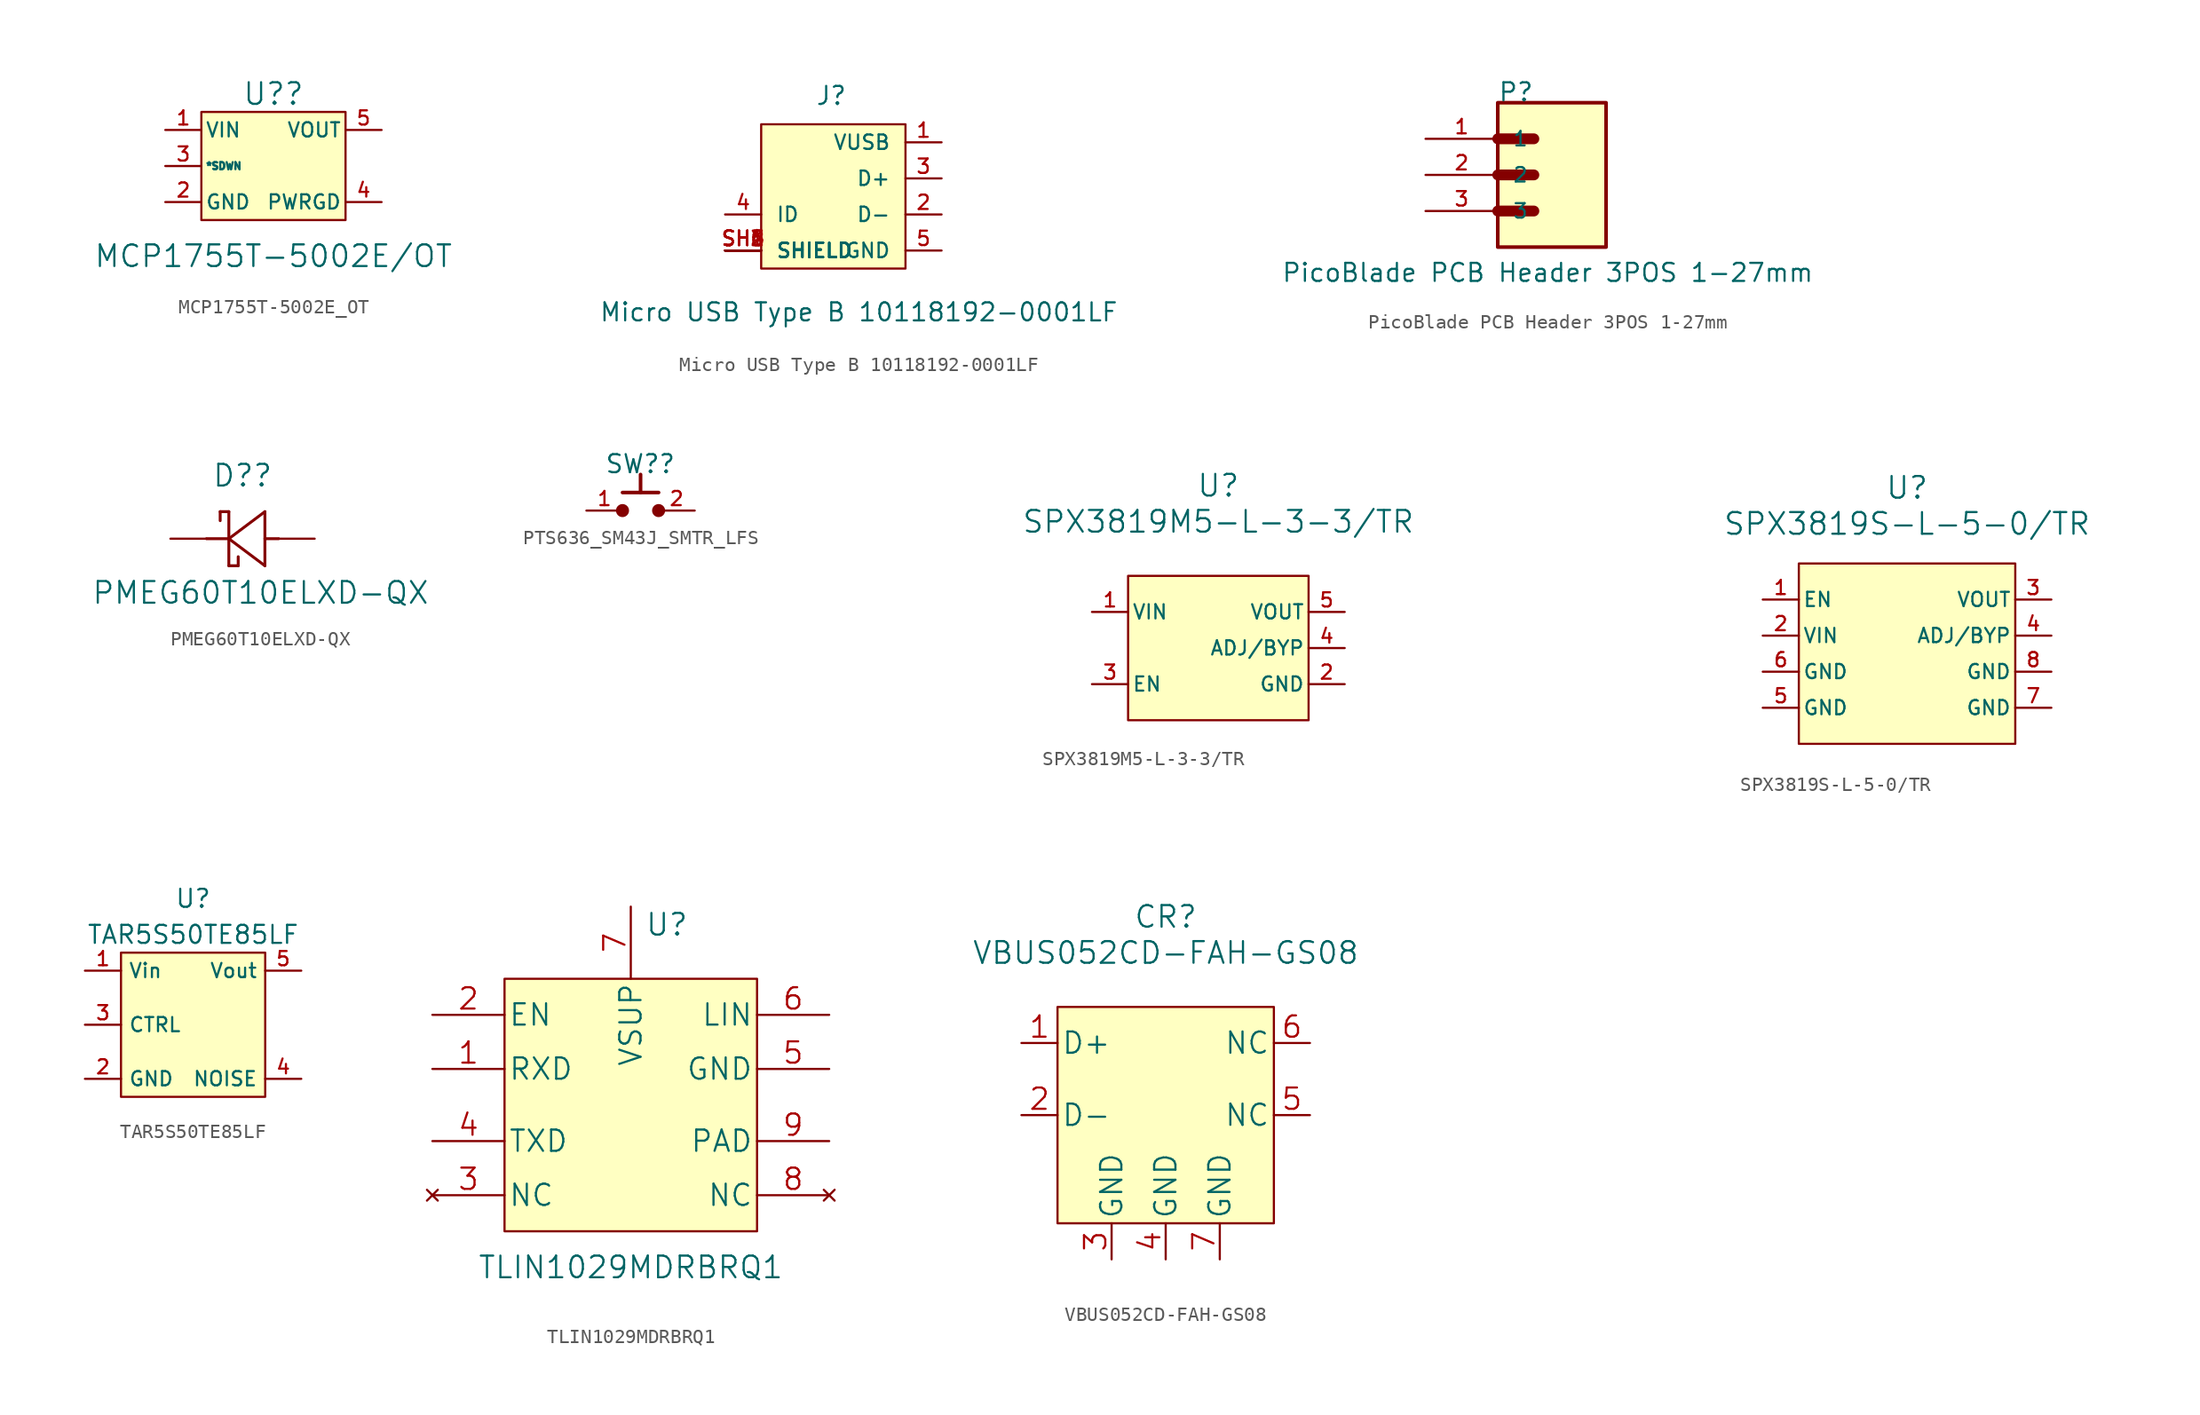
<source format=kicad_sym>
(kicad_symbol_lib
  (version 20220914)
  (generator kicad_symbol_editor)
  (symbol "MCP1755T-5002E_OT"
    (pin_names
      (offset 0.254))
    (property "Reference" "U?"
      (at 0 5.08 0)
      (effects (font (size 1.524 1.524))))
    (property "Value" "MCP1755T-5002E/OT"
      (at 0 -6.35 0)
      (effects (font (size 1.524 1.524))))
    (symbol "MCP1755T-5002E_OT_1_1"
      (rectangle (start -5.08 3.81) (end 5.08 -3.81) (stroke (width 0) (type default)) (fill (type background)))
      (pin input line (at -7.62 2.54 0) (length 2.54) (name "VIN" (effects (font (size 1 1)))) (number "1" (effects (font (size 1 1)))))
      (pin power_in line (at -7.62 -2.54 0) (length 2.54) (name "GND" (effects (font (size 1 1)))) (number "2" (effects (font (size 1 1)))))
      (pin input line (at -7.62 0 0) (length 2.54) (name "*SDWN" (effects (font (size 0.5 0.5)))) (number "3" (effects (font (size 1 1)))))
      (pin output line (at 7.62 -2.54 180) (length 2.54) (name "PWRGD" (effects (font (size 1 1)))) (number "4" (effects (font (size 1 1)))))
      (pin output line (at 7.62 2.54 180) (length 2.54) (name "VOUT" (effects (font (size 1 1)))) (number "5" (effects (font (size 1 1)))))))
  (symbol "Micro USB Type B 10118192-0001LF"
    (pin_names
      (offset 1.016))
    (property "Reference" "J"
      (at -1.27 6.35 0)
      (effects (font (size 1.27 1.27)) (justify left bottom)))
    (property "Value" "Micro USB Type B 10118192-0001LF"
      (at -16.51 -8.89 0)
      (effects (font (size 1.27 1.27)) (justify left bottom)))
    (symbol "Micro USB Type B 10118192-0001LF_0_0"
      (rectangle (start -5.08 5.08) (end 5.08 -5.08) (stroke (width 0.152) (type default)) (fill (type background)))
      (pin passive line (at 7.62 3.81 180) (length 2.54) (name "VUSB" (effects (font (size 1.016 1.016)))) (number "1" (effects (font (size 1.016 1.016)))))
      (pin passive line (at 7.62 -1.27 180) (length 2.54) (name "D-" (effects (font (size 1.016 1.016)))) (number "2" (effects (font (size 1.016 1.016)))))
      (pin passive line (at 7.62 1.27 180) (length 2.54) (name "D+" (effects (font (size 1.016 1.016)))) (number "3" (effects (font (size 1.016 1.016)))))
      (pin passive line (at -7.62 -1.27 0) (length 2.54) (name "ID" (effects (font (size 1.016 1.016)))) (number "4" (effects (font (size 1.016 1.016)))))
      (pin passive line (at 7.62 -3.81 180) (length 2.54) (name "GND" (effects (font (size 1.016 1.016)))) (number "5" (effects (font (size 1.016 1.016)))))
      (pin passive line (at -7.62 -3.81 0) (length 2.54) (name "SHIELD" (effects (font (size 1.016 1.016)))) (number "SH1" (effects (font (size 1.016 1.016)))))
      (pin passive line (at -7.62 -3.81 0) (length 2.54) (name "SHIELD" (effects (font (size 1.016 1.016)))) (number "SH2" (effects (font (size 1.016 1.016)))))
      (pin passive line (at -7.62 -3.81 0) (length 2.54) (name "SHIELD" (effects (font (size 1.016 1.016)))) (number "SH3" (effects (font (size 1.016 1.016)))))
      (pin passive line (at -7.62 -3.81 0) (length 2.54) (name "SHIELD" (effects (font (size 1.016 1.016)))) (number "SH4" (effects (font (size 1.016 1.016)))))
      (pin passive line (at -7.62 -3.81 0) (length 2.54) (name "SHIELD" (effects (font (size 1.016 1.016)))) (number "SH5" (effects (font (size 1.016 1.016)))))
      (pin passive line (at -7.62 -3.81 0) (length 2.54) (name "SHIELD" (effects (font (size 1.016 1.016)))) (number "SH6" (effects (font (size 1.016 1.016)))))))
  (symbol "PicoBlade PCB Header 3POS 1-27mm"
    (pin_names
      (offset 1.016))
    (property "Reference" "P"
      (at 0 5.086 0)
      (effects (font (size 1.27 1.27)) (justify left bottom)))
    (property "Value" "PicoBlade PCB Header 3POS 1-27mm"
      (at -15.24 -7.62 0)
      (effects (font (size 1.27 1.27)) (justify left bottom)))
    (symbol "PicoBlade PCB Header 3POS 1-27mm_0_0"
      (rectangle (start 0 -5.08) (end 7.62 5.08) (stroke (width 0.254) (type default)) (fill (type background)))
      (polyline (pts (xy 0 -2.54) (xy 2.54 -2.54)) (stroke (width 0.762) (type default)) (fill (type none)))
      (polyline (pts (xy 0 0) (xy 2.54 0)) (stroke (width 0.762) (type default)) (fill (type none)))
      (polyline (pts (xy 0 2.54) (xy 2.54 2.54)) (stroke (width 0.762) (type default)) (fill (type none)))
      (pin passive line (at -5.08 2.54 0) (length 5.08) (name "1" (effects (font (size 1.016 1.016)))) (number "1" (effects (font (size 1.016 1.016)))))
      (pin passive line (at -5.08 0 0) (length 5.08) (name "2" (effects (font (size 1.016 1.016)))) (number "2" (effects (font (size 1.016 1.016)))))
      (pin passive line (at -5.08 -2.54 0) (length 5.08) (name "3" (effects (font (size 1.016 1.016)))) (number "3" (effects (font (size 1.016 1.016)))))))
  (symbol "PMEG60T10ELXD-QX"
    (pin_numbers hide)
    (pin_names
      (offset -0.508) hide)
    (property "Reference" "D?"
      (at 0 4.445 0)
      (effects (font (size 1.524 1.524))))
    (property "Value" "PMEG60T10ELXD-QX"
      (at 1.27 -3.81 0)
      (effects (font (size 1.524 1.524))))
    (symbol "PMEG60T10ELXD-QX_1_1"
      (polyline (pts (xy -1.575 1.905) (xy -1.575 1.27)) (stroke (width 0.203) (type solid)) (fill (type none)))
      (polyline (pts (xy -0.965 -1.905) (xy -0.965 1.905)) (stroke (width 0.203) (type solid)) (fill (type none)))
      (polyline (pts (xy -0.965 -1.905) (xy -0.305 -1.905)) (stroke (width 0.203) (type solid)) (fill (type none)))
      (polyline (pts (xy -0.965 0) (xy -2.54 0)) (stroke (width 0.203) (type solid)) (fill (type none)))
      (polyline (pts (xy -0.965 0) (xy 1.575 1.905)) (stroke (width 0.203) (type solid)) (fill (type none)))
      (polyline (pts (xy -0.965 1.905) (xy -1.575 1.905)) (stroke (width 0.203) (type solid)) (fill (type none)))
      (polyline (pts (xy -0.305 -1.27) (xy -0.305 -1.905)) (stroke (width 0.203) (type solid)) (fill (type none)))
      (polyline (pts (xy 1.575 -1.905) (xy -0.965 0)) (stroke (width 0.203) (type solid)) (fill (type none)))
      (polyline (pts (xy 1.575 0) (xy 2.54 0)) (stroke (width 0.203) (type solid)) (fill (type none)))
      (polyline (pts (xy 1.575 1.905) (xy 1.575 -1.905)) (stroke (width 0.203) (type solid)) (fill (type none)))
      (pin unspecified line (at -5.08 0 0) (length 2.54) (name "CATHODE" (effects (font (size 1.499 1.499)))) (number "1" (effects (font (size 1.499 1.499)))))
      (pin unspecified line (at 5.08 0 180) (length 2.54) (name "ANODE" (effects (font (size 1.499 1.499)))) (number "2" (effects (font (size 1.499 1.499)))))))
  (symbol "PTS636_SM43J_SMTR_LFS"
    (pin_names
      (offset 1.016))
    (property "Reference" "SW?"
      (at -2.54 2.54 0)
      (effects (font (size 1.27 1.27)) (justify left bottom)))
    (symbol "PTS636_SM43J_SMTR_LFS_0_0"
      (circle (center -1.27 0) (radius 0.359) (stroke (width 0.2) (type default)) (fill (type outline)))
      (polyline (pts (xy -1.27 1.27) (xy 1.27 1.27)) (stroke (width 0.254) (type default)) (fill (type none)))
      (polyline (pts (xy 0 2.54) (xy 0 1.27)) (stroke (width 0.254) (type default)) (fill (type none)))
      (circle (center 1.27 0) (radius 0.359) (stroke (width 0.2) (type default)) (fill (type outline)))
      (pin bidirectional line (at -3.81 0 0) (length 2.54) (name "~" (effects (font (size 1 1)))) (number "1" (effects (font (size 1 1))))))
    (symbol "PTS636_SM43J_SMTR_LFS_1_0"
      (pin bidirectional line (at 3.81 0 180) (length 2.54) (name "~" (effects (font (size 1 1)))) (number "2" (effects (font (size 1 1)))))))
  (symbol "SPX3819M5-L-3-3/TR"
    (pin_names
      (offset 0.254))
    (property "Reference" "U"
      (at 0 11.43 0)
      (effects (font (size 1.524 1.524))))
    (property "Value" "SPX3819M5-L-3-3/TR"
      (at 0 8.89 0)
      (effects (font (size 1.524 1.524))))
    (property "Datasheet" ""
      (at -24.13 2.54 0)
      (effects (font (size 1.524 1.524))))
    (property "ki_locked" ""
      (at 0 0 0)
      (effects (font (size 1.27 1.27))))
    (symbol "SPX3819M5-L-3-3/TR_1_1"
      (rectangle (start -6.35 5.08) (end 6.35 -5.08) (stroke (width 0) (type default)) (fill (type background)))
      (pin power_in line (at -8.89 2.54 0) (length 2.54) (name "VIN" (effects (font (size 1 1)))) (number "1" (effects (font (size 1 1)))))
      (pin power_in line (at 8.89 -2.54 180) (length 2.54) (name "GND" (effects (font (size 1 1)))) (number "2" (effects (font (size 1 1)))))
      (pin input line (at -8.89 -2.54 0) (length 2.54) (name "EN" (effects (font (size 1 1)))) (number "3" (effects (font (size 1 1)))))
      (pin unspecified line (at 8.89 0 180) (length 2.54) (name "ADJ/BYP" (effects (font (size 1 1)))) (number "4" (effects (font (size 1 1)))))
      (pin output line (at 8.89 2.54 180) (length 2.54) (name "VOUT" (effects (font (size 1 1)))) (number "5" (effects (font (size 1 1)))))))
  (symbol "SPX3819S-L-5-0/TR"
    (pin_names
      (offset 0.254))
    (property "Reference" "U"
      (at 0 11.684 0)
      (effects (font (size 1.524 1.524))))
    (property "Value" "SPX3819S-L-5-0/TR"
      (at 0 9.144 0)
      (effects (font (size 1.524 1.524))))
    (property "Datasheet" ""
      (at -22.86 3.81 0)
      (effects (font (size 1.524 1.524))))
    (property "ki_locked" ""
      (at 0 0 0)
      (effects (font (size 1.27 1.27))))
    (symbol "SPX3819S-L-5-0/TR_1_1"
      (rectangle (start -7.62 6.35) (end 7.62 -6.35) (stroke (width 0) (type default)) (fill (type background)))
      (pin input line (at -10.16 3.81 0) (length 2.54) (name "EN" (effects (font (size 1 1)))) (number "1" (effects (font (size 1 1)))))
      (pin input line (at -10.16 1.27 0) (length 2.54) (name "VIN" (effects (font (size 1 1)))) (number "2" (effects (font (size 1 1)))))
      (pin output line (at 10.16 3.81 180) (length 2.54) (name "VOUT" (effects (font (size 1 1)))) (number "3" (effects (font (size 1 1)))))
      (pin bidirectional line (at 10.16 1.27 180) (length 2.54) (name "ADJ/BYP" (effects (font (size 1 1)))) (number "4" (effects (font (size 1 1)))))
      (pin power_in line (at -10.16 -3.81 0) (length 2.54) (name "GND" (effects (font (size 1 1)))) (number "5" (effects (font (size 1 1)))))
      (pin power_in line (at -10.16 -1.27 0) (length 2.54) (name "GND" (effects (font (size 1 1)))) (number "6" (effects (font (size 1 1)))))
      (pin power_in line (at 10.16 -3.81 180) (length 2.54) (name "GND" (effects (font (size 1 1)))) (number "7" (effects (font (size 1 1)))))
      (pin power_in line (at 10.16 -1.27 180) (length 2.54) (name "GND" (effects (font (size 1 1)))) (number "8" (effects (font (size 1 1)))))))
  (symbol "TAR5S50TE85LF"
    (property "Reference" "U"
      (at 0 8.89 0)
      (effects (font (size 1.27 1.27))))
    (property "Value" "TAR5S50TE85LF"
      (at 0 6.35 0)
      (effects (font (size 1.27 1.27))))
    (symbol "TAR5S50TE85LF_1_1"
      (rectangle (start -5.08 5.08) (end 5.08 -5.08) (stroke (width 0) (type default)) (fill (type background)))
      (pin power_in line (at -7.62 3.81 0) (length 2.54) (name "Vin" (effects (font (size 1 1)))) (number "1" (effects (font (size 1 1)))))
      (pin power_in line (at -7.62 -3.81 0) (length 2.54) (name "GND" (effects (font (size 1 1)))) (number "2" (effects (font (size 1 1)))))
      (pin passive line (at -7.62 0 0) (length 2.54) (name "CTRL" (effects (font (size 1 1)))) (number "3" (effects (font (size 1 1)))))
      (pin passive line (at 7.62 -3.81 180) (length 2.54) (name "NOISE" (effects (font (size 1 1)))) (number "4" (effects (font (size 1 1)))))
      (pin power_in line (at 7.62 3.81 180) (length 2.54) (name "Vout" (effects (font (size 1 1)))) (number "5" (effects (font (size 1 1)))))))
  (symbol "TLIN1029MDRBRQ1"
    (pin_names
      (offset 0.254))
    (property "Reference" "U"
      (at 2.54 12.7 0)
      (effects (font (size 1.524 1.524))))
    (property "Value" "TLIN1029MDRBRQ1"
      (at 0 -11.43 0)
      (effects (font (size 1.524 1.524))))
    (symbol "TLIN1029MDRBRQ1_1_1"
      (rectangle (start -8.89 8.89) (end 8.89 -8.89) (stroke (width 0) (type solid)) (fill (type background)))
      (pin open_collector line (at -13.97 2.54 0) (length 5.08) (name "RXD" (effects (font (size 1.499 1.499)))) (number "1" (effects (font (size 1.499 1.499)))))
      (pin input line (at -13.97 6.35 0) (length 5.08) (name "EN" (effects (font (size 1.499 1.499)))) (number "2" (effects (font (size 1.499 1.499)))))
      (pin no_connect line (at -13.97 -6.35 0) (length 5.08) (name "NC" (effects (font (size 1.499 1.499)))) (number "3" (effects (font (size 1.499 1.499)))))
      (pin input line (at -13.97 -2.54 0) (length 5.08) (name "TXD" (effects (font (size 1.499 1.499)))) (number "4" (effects (font (size 1.499 1.499)))))
      (pin power_in line (at 13.97 2.54 180) (length 5.08) (name "GND" (effects (font (size 1.499 1.499)))) (number "5" (effects (font (size 1.499 1.499)))))
      (pin bidirectional line (at 13.97 6.35 180) (length 5.08) (name "LIN" (effects (font (size 1.499 1.499)))) (number "6" (effects (font (size 1.499 1.499)))))
      (pin power_in line (at 0 13.97 270) (length 5.08) (name "VSUP" (effects (font (size 1.499 1.499)))) (number "7" (effects (font (size 1.499 1.499)))))
      (pin no_connect line (at 13.97 -6.35 180) (length 5.08) (name "NC" (effects (font (size 1.499 1.499)))) (number "8" (effects (font (size 1.499 1.499)))))
      (pin power_in line (at 13.97 -2.54 180) (length 5.08) (name "PAD" (effects (font (size 1.499 1.499)))) (number "9" (effects (font (size 1.499 1.499)))))))
  (symbol "VBUS052CD-FAH-GS08"
    (pin_names
      (offset 0.254))
    (property "Reference" "CR"
      (at 0 13.97 0)
      (effects (font (size 1.524 1.524))))
    (property "Value" "VBUS052CD-FAH-GS08"
      (at 0 11.43 0)
      (effects (font (size 1.524 1.524))))
    (property "Datasheet" ""
      (at -3.81 0 0)
      (effects (font (size 1.524 1.524))))
    (property "ki_locked" ""
      (at 0 0 0)
      (effects (font (size 1.27 1.27))))
    (symbol "VBUS052CD-FAH-GS08_0_1"
      (rectangle (start -7.62 7.62) (end 7.62 -7.62) (stroke (width 0) (type default)) (fill (type background))))
    (symbol "VBUS052CD-FAH-GS08_1_1"
      (pin bidirectional line (at -10.16 5.08 0) (length 2.54) (name "D+" (effects (font (size 1.499 1.499)))) (number "1" (effects (font (size 1.499 1.499)))))
      (pin bidirectional line (at -10.16 0 0) (length 2.54) (name "D-" (effects (font (size 1.499 1.499)))) (number "2" (effects (font (size 1.499 1.499)))))
      (pin power_in line (at -3.81 -10.16 90) (length 2.54) (name "GND" (effects (font (size 1.499 1.499)))) (number "3" (effects (font (size 1.499 1.499)))))
      (pin power_in line (at 0 -10.16 90) (length 2.54) (name "GND" (effects (font (size 1.499 1.499)))) (number "4" (effects (font (size 1.499 1.499)))))
      (pin unspecified line (at 10.16 0 180) (length 2.54) (name "NC" (effects (font (size 1.499 1.499)))) (number "5" (effects (font (size 1.499 1.499)))))
      (pin unspecified line (at 10.16 5.08 180) (length 2.54) (name "NC" (effects (font (size 1.499 1.499)))) (number "6" (effects (font (size 1.499 1.499)))))
      (pin power_in line (at 3.81 -10.16 90) (length 2.54) (name "GND" (effects (font (size 1.499 1.499)))) (number "7" (effects (font (size 1.499 1.499))))))))
</source>
